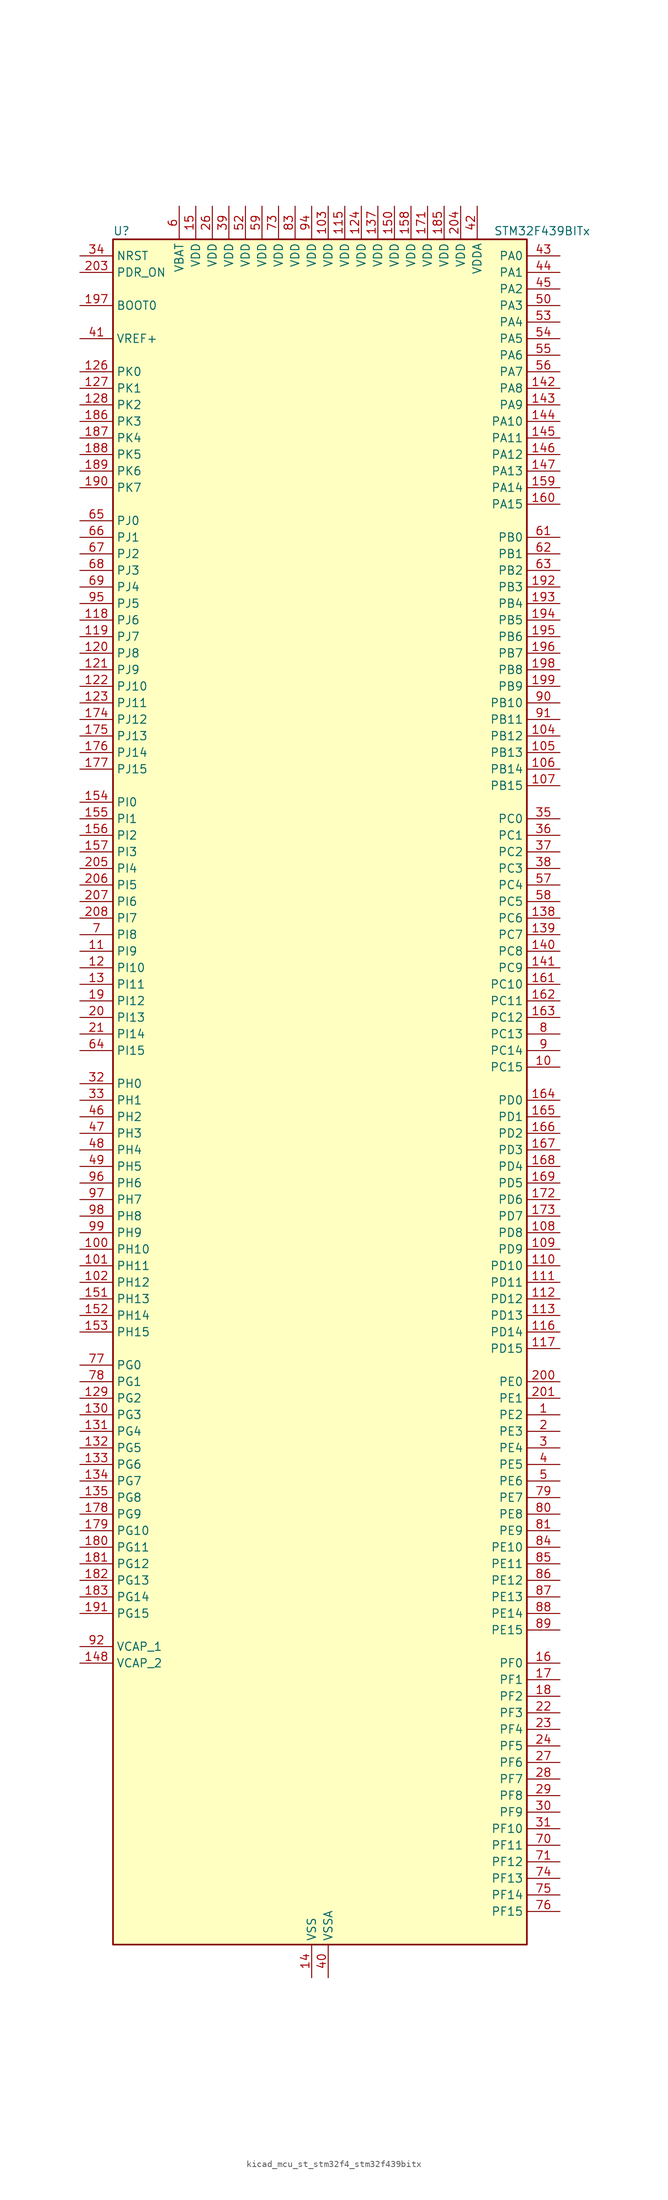
<source format=kicad_sym>
(kicad_symbol_lib
  (version 20220914)
  (generator kicad_symbol_editor)
  (symbol "kicad_mcu_st_stm32f4_stm32f439bitx"
    (property "Reference" "U"
      (at -30.48 133.35 0)
      (effects (font (size 1.27 1.27)) (justify left)))
    (property "Value" "STM32F439BITx"
      (at 27.94 133.35 0)
      (effects (font (size 1.27 1.27)) (justify left)))
    (property "ki_locked" ""
      (at 0 0 0)
      (effects (font (size 1.27 1.27))))
    (symbol "kicad_mcu_st_stm32f4_stm32f439bitx_0_1"
      (rectangle (start -30.48 -129.54) (end 33.02 132.08) (stroke (width 0.254) (type default)) (fill (type background))))
    (symbol "kicad_mcu_st_stm32f4_stm32f439bitx_1_1"
      (pin bidirectional line (at 38.1 -48.26 180) (length 5.08) (name "PE2" (effects (font (size 1.27 1.27)))) (number "1" (effects (font (size 1.27 1.27)))) (alternate "ETH_TXD3" bidirectional line) (alternate "FMC_A23" bidirectional line) (alternate "SAI1_MCLK_A" bidirectional line) (alternate "SPI4_SCK" bidirectional line) (alternate "SYS_TRACECLK" bidirectional line))
      (pin bidirectional line (at 38.1 5.08 180) (length 5.08) (name "PC15" (effects (font (size 1.27 1.27)))) (number "10" (effects (font (size 1.27 1.27)))) (alternate "ADC1_EXTI15" bidirectional line) (alternate "ADC2_EXTI15" bidirectional line) (alternate "ADC3_EXTI15" bidirectional line) (alternate "RCC_OSC32_OUT" bidirectional line))
      (pin bidirectional line (at -35.56 -22.86 0) (length 5.08) (name "PH10" (effects (font (size 1.27 1.27)))) (number "100" (effects (font (size 1.27 1.27)))) (alternate "DCMI_D1" bidirectional line) (alternate "FMC_D18" bidirectional line) (alternate "LTDC_R4" bidirectional line) (alternate "TIM5_CH1" bidirectional line))
      (pin bidirectional line (at -35.56 -25.4 0) (length 5.08) (name "PH11" (effects (font (size 1.27 1.27)))) (number "101" (effects (font (size 1.27 1.27)))) (alternate "ADC1_EXTI11" bidirectional line) (alternate "ADC2_EXTI11" bidirectional line) (alternate "ADC3_EXTI11" bidirectional line) (alternate "DCMI_D2" bidirectional line) (alternate "FMC_D19" bidirectional line) (alternate "LTDC_R5" bidirectional line) (alternate "TIM5_CH2" bidirectional line))
      (pin bidirectional line (at -35.56 -27.94 0) (length 5.08) (name "PH12" (effects (font (size 1.27 1.27)))) (number "102" (effects (font (size 1.27 1.27)))) (alternate "DCMI_D3" bidirectional line) (alternate "FMC_D20" bidirectional line) (alternate "LTDC_R6" bidirectional line) (alternate "TIM5_CH3" bidirectional line))
      (pin power_in line (at 2.54 137.16 270) (length 5.08) (name "VDD" (effects (font (size 1.27 1.27)))) (number "103" (effects (font (size 1.27 1.27)))))
      (pin bidirectional line (at 38.1 55.88 180) (length 5.08) (name "PB12" (effects (font (size 1.27 1.27)))) (number "104" (effects (font (size 1.27 1.27)))) (alternate "CAN2_RX" bidirectional line) (alternate "ETH_TXD0" bidirectional line) (alternate "I2C2_SMBA" bidirectional line) (alternate "I2S2_WS" bidirectional line) (alternate "SPI2_NSS" bidirectional line) (alternate "TIM1_BKIN" bidirectional line) (alternate "USART3_CK" bidirectional line) (alternate "USB_OTG_HS_ID" bidirectional line) (alternate "USB_OTG_HS_ULPI_D5" bidirectional line))
      (pin bidirectional line (at 38.1 53.34 180) (length 5.08) (name "PB13" (effects (font (size 1.27 1.27)))) (number "105" (effects (font (size 1.27 1.27)))) (alternate "CAN2_TX" bidirectional line) (alternate "ETH_TXD1" bidirectional line) (alternate "I2S2_CK" bidirectional line) (alternate "SPI2_SCK" bidirectional line) (alternate "TIM1_CH1N" bidirectional line) (alternate "USART3_CTS" bidirectional line) (alternate "USB_OTG_HS_ULPI_D6" bidirectional line) (alternate "USB_OTG_HS_VBUS" bidirectional line))
      (pin bidirectional line (at 38.1 50.8 180) (length 5.08) (name "PB14" (effects (font (size 1.27 1.27)))) (number "106" (effects (font (size 1.27 1.27)))) (alternate "I2S2_ext_SD" bidirectional line) (alternate "SPI2_MISO" bidirectional line) (alternate "TIM12_CH1" bidirectional line) (alternate "TIM1_CH2N" bidirectional line) (alternate "TIM8_CH2N" bidirectional line) (alternate "USART3_RTS" bidirectional line) (alternate "USB_OTG_HS_DM" bidirectional line))
      (pin bidirectional line (at 38.1 48.26 180) (length 5.08) (name "PB15" (effects (font (size 1.27 1.27)))) (number "107" (effects (font (size 1.27 1.27)))) (alternate "ADC1_EXTI15" bidirectional line) (alternate "ADC2_EXTI15" bidirectional line) (alternate "ADC3_EXTI15" bidirectional line) (alternate "I2S2_SD" bidirectional line) (alternate "RTC_REFIN" bidirectional line) (alternate "SPI2_MOSI" bidirectional line) (alternate "TIM12_CH2" bidirectional line) (alternate "TIM1_CH3N" bidirectional line) (alternate "TIM8_CH3N" bidirectional line) (alternate "USB_OTG_HS_DP" bidirectional line))
      (pin bidirectional line (at 38.1 -20.32 180) (length 5.08) (name "PD8" (effects (font (size 1.27 1.27)))) (number "108" (effects (font (size 1.27 1.27)))) (alternate "FMC_D13" bidirectional line) (alternate "FMC_DA13" bidirectional line) (alternate "USART3_TX" bidirectional line))
      (pin bidirectional line (at 38.1 -22.86 180) (length 5.08) (name "PD9" (effects (font (size 1.27 1.27)))) (number "109" (effects (font (size 1.27 1.27)))) (alternate "DAC_EXTI9" bidirectional line) (alternate "FMC_D14" bidirectional line) (alternate "FMC_DA14" bidirectional line) (alternate "USART3_RX" bidirectional line))
      (pin bidirectional line (at -35.56 22.86 0) (length 5.08) (name "PI9" (effects (font (size 1.27 1.27)))) (number "11" (effects (font (size 1.27 1.27)))) (alternate "CAN1_RX" bidirectional line) (alternate "DAC_EXTI9" bidirectional line) (alternate "FMC_D30" bidirectional line) (alternate "LTDC_VSYNC" bidirectional line))
      (pin bidirectional line (at 38.1 -25.4 180) (length 5.08) (name "PD10" (effects (font (size 1.27 1.27)))) (number "110" (effects (font (size 1.27 1.27)))) (alternate "FMC_D15" bidirectional line) (alternate "FMC_DA15" bidirectional line) (alternate "LTDC_B3" bidirectional line) (alternate "USART3_CK" bidirectional line))
      (pin bidirectional line (at 38.1 -27.94 180) (length 5.08) (name "PD11" (effects (font (size 1.27 1.27)))) (number "111" (effects (font (size 1.27 1.27)))) (alternate "ADC1_EXTI11" bidirectional line) (alternate "ADC2_EXTI11" bidirectional line) (alternate "ADC3_EXTI11" bidirectional line) (alternate "FMC_A16" bidirectional line) (alternate "FMC_CLE" bidirectional line) (alternate "USART3_CTS" bidirectional line))
      (pin bidirectional line (at 38.1 -30.48 180) (length 5.08) (name "PD12" (effects (font (size 1.27 1.27)))) (number "112" (effects (font (size 1.27 1.27)))) (alternate "FMC_A17" bidirectional line) (alternate "FMC_ALE" bidirectional line) (alternate "TIM4_CH1" bidirectional line) (alternate "USART3_RTS" bidirectional line))
      (pin bidirectional line (at 38.1 -33.02 180) (length 5.08) (name "PD13" (effects (font (size 1.27 1.27)))) (number "113" (effects (font (size 1.27 1.27)))) (alternate "FMC_A18" bidirectional line) (alternate "TIM4_CH2" bidirectional line))
      (pin passive line (at 0 -134.62 90) (length 5.08) hide (name "VSS" (effects (font (size 1.27 1.27)))) (number "114" (effects (font (size 1.27 1.27)))))
      (pin power_in line (at 5.08 137.16 270) (length 5.08) (name "VDD" (effects (font (size 1.27 1.27)))) (number "115" (effects (font (size 1.27 1.27)))))
      (pin bidirectional line (at 38.1 -35.56 180) (length 5.08) (name "PD14" (effects (font (size 1.27 1.27)))) (number "116" (effects (font (size 1.27 1.27)))) (alternate "FMC_D0" bidirectional line) (alternate "FMC_DA0" bidirectional line) (alternate "TIM4_CH3" bidirectional line))
      (pin bidirectional line (at 38.1 -38.1 180) (length 5.08) (name "PD15" (effects (font (size 1.27 1.27)))) (number "117" (effects (font (size 1.27 1.27)))) (alternate "ADC1_EXTI15" bidirectional line) (alternate "ADC2_EXTI15" bidirectional line) (alternate "ADC3_EXTI15" bidirectional line) (alternate "FMC_D1" bidirectional line) (alternate "FMC_DA1" bidirectional line) (alternate "TIM4_CH4" bidirectional line))
      (pin bidirectional line (at -35.56 73.66 0) (length 5.08) (name "PJ6" (effects (font (size 1.27 1.27)))) (number "118" (effects (font (size 1.27 1.27)))) (alternate "LTDC_R7" bidirectional line))
      (pin bidirectional line (at -35.56 71.12 0) (length 5.08) (name "PJ7" (effects (font (size 1.27 1.27)))) (number "119" (effects (font (size 1.27 1.27)))) (alternate "LTDC_G0" bidirectional line))
      (pin bidirectional line (at -35.56 20.32 0) (length 5.08) (name "PI10" (effects (font (size 1.27 1.27)))) (number "12" (effects (font (size 1.27 1.27)))) (alternate "ETH_RX_ER" bidirectional line) (alternate "FMC_D31" bidirectional line) (alternate "LTDC_HSYNC" bidirectional line))
      (pin bidirectional line (at -35.56 68.58 0) (length 5.08) (name "PJ8" (effects (font (size 1.27 1.27)))) (number "120" (effects (font (size 1.27 1.27)))) (alternate "LTDC_G1" bidirectional line))
      (pin bidirectional line (at -35.56 66.04 0) (length 5.08) (name "PJ9" (effects (font (size 1.27 1.27)))) (number "121" (effects (font (size 1.27 1.27)))) (alternate "DAC_EXTI9" bidirectional line) (alternate "LTDC_G2" bidirectional line))
      (pin bidirectional line (at -35.56 63.5 0) (length 5.08) (name "PJ10" (effects (font (size 1.27 1.27)))) (number "122" (effects (font (size 1.27 1.27)))) (alternate "LTDC_G3" bidirectional line))
      (pin bidirectional line (at -35.56 60.96 0) (length 5.08) (name "PJ11" (effects (font (size 1.27 1.27)))) (number "123" (effects (font (size 1.27 1.27)))) (alternate "ADC1_EXTI11" bidirectional line) (alternate "ADC2_EXTI11" bidirectional line) (alternate "ADC3_EXTI11" bidirectional line) (alternate "LTDC_G4" bidirectional line))
      (pin power_in line (at 7.62 137.16 270) (length 5.08) (name "VDD" (effects (font (size 1.27 1.27)))) (number "124" (effects (font (size 1.27 1.27)))))
      (pin passive line (at 0 -134.62 90) (length 5.08) hide (name "VSS" (effects (font (size 1.27 1.27)))) (number "125" (effects (font (size 1.27 1.27)))))
      (pin bidirectional line (at -35.56 111.76 0) (length 5.08) (name "PK0" (effects (font (size 1.27 1.27)))) (number "126" (effects (font (size 1.27 1.27)))) (alternate "LTDC_G5" bidirectional line))
      (pin bidirectional line (at -35.56 109.22 0) (length 5.08) (name "PK1" (effects (font (size 1.27 1.27)))) (number "127" (effects (font (size 1.27 1.27)))) (alternate "LTDC_G6" bidirectional line))
      (pin bidirectional line (at -35.56 106.68 0) (length 5.08) (name "PK2" (effects (font (size 1.27 1.27)))) (number "128" (effects (font (size 1.27 1.27)))) (alternate "LTDC_G7" bidirectional line))
      (pin bidirectional line (at -35.56 -45.72 0) (length 5.08) (name "PG2" (effects (font (size 1.27 1.27)))) (number "129" (effects (font (size 1.27 1.27)))) (alternate "FMC_A12" bidirectional line))
      (pin bidirectional line (at -35.56 17.78 0) (length 5.08) (name "PI11" (effects (font (size 1.27 1.27)))) (number "13" (effects (font (size 1.27 1.27)))) (alternate "ADC1_EXTI11" bidirectional line) (alternate "ADC2_EXTI11" bidirectional line) (alternate "ADC3_EXTI11" bidirectional line) (alternate "USB_OTG_HS_ULPI_DIR" bidirectional line))
      (pin bidirectional line (at -35.56 -48.26 0) (length 5.08) (name "PG3" (effects (font (size 1.27 1.27)))) (number "130" (effects (font (size 1.27 1.27)))) (alternate "FMC_A13" bidirectional line))
      (pin bidirectional line (at -35.56 -50.8 0) (length 5.08) (name "PG4" (effects (font (size 1.27 1.27)))) (number "131" (effects (font (size 1.27 1.27)))) (alternate "FMC_A14" bidirectional line) (alternate "FMC_BA0" bidirectional line))
      (pin bidirectional line (at -35.56 -53.34 0) (length 5.08) (name "PG5" (effects (font (size 1.27 1.27)))) (number "132" (effects (font (size 1.27 1.27)))) (alternate "FMC_A15" bidirectional line) (alternate "FMC_BA1" bidirectional line))
      (pin bidirectional line (at -35.56 -55.88 0) (length 5.08) (name "PG6" (effects (font (size 1.27 1.27)))) (number "133" (effects (font (size 1.27 1.27)))) (alternate "DCMI_D12" bidirectional line) (alternate "FMC_INT2" bidirectional line) (alternate "LTDC_R7" bidirectional line))
      (pin bidirectional line (at -35.56 -58.42 0) (length 5.08) (name "PG7" (effects (font (size 1.27 1.27)))) (number "134" (effects (font (size 1.27 1.27)))) (alternate "DCMI_D13" bidirectional line) (alternate "FMC_INT3" bidirectional line) (alternate "LTDC_CLK" bidirectional line) (alternate "USART6_CK" bidirectional line))
      (pin bidirectional line (at -35.56 -60.96 0) (length 5.08) (name "PG8" (effects (font (size 1.27 1.27)))) (number "135" (effects (font (size 1.27 1.27)))) (alternate "ETH_PPS_OUT" bidirectional line) (alternate "FMC_SDCLK" bidirectional line) (alternate "SPI6_NSS" bidirectional line) (alternate "USART6_RTS" bidirectional line))
      (pin passive line (at 0 -134.62 90) (length 5.08) hide (name "VSS" (effects (font (size 1.27 1.27)))) (number "136" (effects (font (size 1.27 1.27)))))
      (pin power_in line (at 10.16 137.16 270) (length 5.08) (name "VDD" (effects (font (size 1.27 1.27)))) (number "137" (effects (font (size 1.27 1.27)))))
      (pin bidirectional line (at 38.1 27.94 180) (length 5.08) (name "PC6" (effects (font (size 1.27 1.27)))) (number "138" (effects (font (size 1.27 1.27)))) (alternate "DCMI_D0" bidirectional line) (alternate "I2S2_MCK" bidirectional line) (alternate "LTDC_HSYNC" bidirectional line) (alternate "SDIO_D6" bidirectional line) (alternate "TIM3_CH1" bidirectional line) (alternate "TIM8_CH1" bidirectional line) (alternate "USART6_TX" bidirectional line))
      (pin bidirectional line (at 38.1 25.4 180) (length 5.08) (name "PC7" (effects (font (size 1.27 1.27)))) (number "139" (effects (font (size 1.27 1.27)))) (alternate "DCMI_D1" bidirectional line) (alternate "I2S3_MCK" bidirectional line) (alternate "LTDC_G6" bidirectional line) (alternate "SDIO_D7" bidirectional line) (alternate "TIM3_CH2" bidirectional line) (alternate "TIM8_CH2" bidirectional line) (alternate "USART6_RX" bidirectional line))
      (pin power_in line (at 0 -134.62 90) (length 5.08) (name "VSS" (effects (font (size 1.27 1.27)))) (number "14" (effects (font (size 1.27 1.27)))))
      (pin bidirectional line (at 38.1 22.86 180) (length 5.08) (name "PC8" (effects (font (size 1.27 1.27)))) (number "140" (effects (font (size 1.27 1.27)))) (alternate "DCMI_D2" bidirectional line) (alternate "SDIO_D0" bidirectional line) (alternate "TIM3_CH3" bidirectional line) (alternate "TIM8_CH3" bidirectional line) (alternate "USART6_CK" bidirectional line))
      (pin bidirectional line (at 38.1 20.32 180) (length 5.08) (name "PC9" (effects (font (size 1.27 1.27)))) (number "141" (effects (font (size 1.27 1.27)))) (alternate "DAC_EXTI9" bidirectional line) (alternate "DCMI_D3" bidirectional line) (alternate "I2C3_SDA" bidirectional line) (alternate "I2S_CKIN" bidirectional line) (alternate "RCC_MCO_2" bidirectional line) (alternate "SDIO_D1" bidirectional line) (alternate "TIM3_CH4" bidirectional line) (alternate "TIM8_CH4" bidirectional line))
      (pin bidirectional line (at 38.1 109.22 180) (length 5.08) (name "PA8" (effects (font (size 1.27 1.27)))) (number "142" (effects (font (size 1.27 1.27)))) (alternate "I2C3_SCL" bidirectional line) (alternate "LTDC_R6" bidirectional line) (alternate "RCC_MCO_1" bidirectional line) (alternate "TIM1_CH1" bidirectional line) (alternate "USART1_CK" bidirectional line) (alternate "USB_OTG_FS_SOF" bidirectional line))
      (pin bidirectional line (at 38.1 106.68 180) (length 5.08) (name "PA9" (effects (font (size 1.27 1.27)))) (number "143" (effects (font (size 1.27 1.27)))) (alternate "DAC_EXTI9" bidirectional line) (alternate "DCMI_D0" bidirectional line) (alternate "I2C3_SMBA" bidirectional line) (alternate "TIM1_CH2" bidirectional line) (alternate "USART1_TX" bidirectional line) (alternate "USB_OTG_FS_VBUS" bidirectional line))
      (pin bidirectional line (at 38.1 104.14 180) (length 5.08) (name "PA10" (effects (font (size 1.27 1.27)))) (number "144" (effects (font (size 1.27 1.27)))) (alternate "DCMI_D1" bidirectional line) (alternate "TIM1_CH3" bidirectional line) (alternate "USART1_RX" bidirectional line) (alternate "USB_OTG_FS_ID" bidirectional line))
      (pin bidirectional line (at 38.1 101.6 180) (length 5.08) (name "PA11" (effects (font (size 1.27 1.27)))) (number "145" (effects (font (size 1.27 1.27)))) (alternate "ADC1_EXTI11" bidirectional line) (alternate "ADC2_EXTI11" bidirectional line) (alternate "ADC3_EXTI11" bidirectional line) (alternate "CAN1_RX" bidirectional line) (alternate "LTDC_R4" bidirectional line) (alternate "TIM1_CH4" bidirectional line) (alternate "USART1_CTS" bidirectional line) (alternate "USB_OTG_FS_DM" bidirectional line))
      (pin bidirectional line (at 38.1 99.06 180) (length 5.08) (name "PA12" (effects (font (size 1.27 1.27)))) (number "146" (effects (font (size 1.27 1.27)))) (alternate "CAN1_TX" bidirectional line) (alternate "LTDC_R5" bidirectional line) (alternate "TIM1_ETR" bidirectional line) (alternate "USART1_RTS" bidirectional line) (alternate "USB_OTG_FS_DP" bidirectional line))
      (pin bidirectional line (at 38.1 96.52 180) (length 5.08) (name "PA13" (effects (font (size 1.27 1.27)))) (number "147" (effects (font (size 1.27 1.27)))) (alternate "SYS_JTMS-SWDIO" bidirectional line))
      (pin power_out line (at -35.56 -86.36 0) (length 5.08) (name "VCAP_2" (effects (font (size 1.27 1.27)))) (number "148" (effects (font (size 1.27 1.27)))))
      (pin passive line (at 0 -134.62 90) (length 5.08) hide (name "VSS" (effects (font (size 1.27 1.27)))) (number "149" (effects (font (size 1.27 1.27)))))
      (pin power_in line (at -17.78 137.16 270) (length 5.08) (name "VDD" (effects (font (size 1.27 1.27)))) (number "15" (effects (font (size 1.27 1.27)))))
      (pin power_in line (at 12.7 137.16 270) (length 5.08) (name "VDD" (effects (font (size 1.27 1.27)))) (number "150" (effects (font (size 1.27 1.27)))))
      (pin bidirectional line (at -35.56 -30.48 0) (length 5.08) (name "PH13" (effects (font (size 1.27 1.27)))) (number "151" (effects (font (size 1.27 1.27)))) (alternate "CAN1_TX" bidirectional line) (alternate "FMC_D21" bidirectional line) (alternate "LTDC_G2" bidirectional line) (alternate "TIM8_CH1N" bidirectional line))
      (pin bidirectional line (at -35.56 -33.02 0) (length 5.08) (name "PH14" (effects (font (size 1.27 1.27)))) (number "152" (effects (font (size 1.27 1.27)))) (alternate "DCMI_D4" bidirectional line) (alternate "FMC_D22" bidirectional line) (alternate "LTDC_G3" bidirectional line) (alternate "TIM8_CH2N" bidirectional line))
      (pin bidirectional line (at -35.56 -35.56 0) (length 5.08) (name "PH15" (effects (font (size 1.27 1.27)))) (number "153" (effects (font (size 1.27 1.27)))) (alternate "ADC1_EXTI15" bidirectional line) (alternate "ADC2_EXTI15" bidirectional line) (alternate "ADC3_EXTI15" bidirectional line) (alternate "DCMI_D11" bidirectional line) (alternate "FMC_D23" bidirectional line) (alternate "LTDC_G4" bidirectional line) (alternate "TIM8_CH3N" bidirectional line))
      (pin bidirectional line (at -35.56 45.72 0) (length 5.08) (name "PI0" (effects (font (size 1.27 1.27)))) (number "154" (effects (font (size 1.27 1.27)))) (alternate "DCMI_D13" bidirectional line) (alternate "FMC_D24" bidirectional line) (alternate "I2S2_WS" bidirectional line) (alternate "LTDC_G5" bidirectional line) (alternate "SPI2_NSS" bidirectional line) (alternate "TIM5_CH4" bidirectional line))
      (pin bidirectional line (at -35.56 43.18 0) (length 5.08) (name "PI1" (effects (font (size 1.27 1.27)))) (number "155" (effects (font (size 1.27 1.27)))) (alternate "DCMI_D8" bidirectional line) (alternate "FMC_D25" bidirectional line) (alternate "I2S2_CK" bidirectional line) (alternate "LTDC_G6" bidirectional line) (alternate "SPI2_SCK" bidirectional line))
      (pin bidirectional line (at -35.56 40.64 0) (length 5.08) (name "PI2" (effects (font (size 1.27 1.27)))) (number "156" (effects (font (size 1.27 1.27)))) (alternate "DCMI_D9" bidirectional line) (alternate "FMC_D26" bidirectional line) (alternate "I2S2_ext_SD" bidirectional line) (alternate "LTDC_G7" bidirectional line) (alternate "SPI2_MISO" bidirectional line) (alternate "TIM8_CH4" bidirectional line))
      (pin bidirectional line (at -35.56 38.1 0) (length 5.08) (name "PI3" (effects (font (size 1.27 1.27)))) (number "157" (effects (font (size 1.27 1.27)))) (alternate "DCMI_D10" bidirectional line) (alternate "FMC_D27" bidirectional line) (alternate "I2S2_SD" bidirectional line) (alternate "SPI2_MOSI" bidirectional line) (alternate "TIM8_ETR" bidirectional line))
      (pin power_in line (at 15.24 137.16 270) (length 5.08) (name "VDD" (effects (font (size 1.27 1.27)))) (number "158" (effects (font (size 1.27 1.27)))))
      (pin bidirectional line (at 38.1 93.98 180) (length 5.08) (name "PA14" (effects (font (size 1.27 1.27)))) (number "159" (effects (font (size 1.27 1.27)))) (alternate "SYS_JTCK-SWCLK" bidirectional line))
      (pin bidirectional line (at 38.1 -86.36 180) (length 5.08) (name "PF0" (effects (font (size 1.27 1.27)))) (number "16" (effects (font (size 1.27 1.27)))) (alternate "FMC_A0" bidirectional line) (alternate "I2C2_SDA" bidirectional line))
      (pin bidirectional line (at 38.1 91.44 180) (length 5.08) (name "PA15" (effects (font (size 1.27 1.27)))) (number "160" (effects (font (size 1.27 1.27)))) (alternate "ADC1_EXTI15" bidirectional line) (alternate "ADC2_EXTI15" bidirectional line) (alternate "ADC3_EXTI15" bidirectional line) (alternate "I2S3_WS" bidirectional line) (alternate "SPI1_NSS" bidirectional line) (alternate "SPI3_NSS" bidirectional line) (alternate "SYS_JTDI" bidirectional line) (alternate "TIM2_CH1" bidirectional line) (alternate "TIM2_ETR" bidirectional line))
      (pin bidirectional line (at 38.1 17.78 180) (length 5.08) (name "PC10" (effects (font (size 1.27 1.27)))) (number "161" (effects (font (size 1.27 1.27)))) (alternate "DCMI_D8" bidirectional line) (alternate "I2S3_CK" bidirectional line) (alternate "LTDC_R2" bidirectional line) (alternate "SDIO_D2" bidirectional line) (alternate "SPI3_SCK" bidirectional line) (alternate "UART4_TX" bidirectional line) (alternate "USART3_TX" bidirectional line))
      (pin bidirectional line (at 38.1 15.24 180) (length 5.08) (name "PC11" (effects (font (size 1.27 1.27)))) (number "162" (effects (font (size 1.27 1.27)))) (alternate "ADC1_EXTI11" bidirectional line) (alternate "ADC2_EXTI11" bidirectional line) (alternate "ADC3_EXTI11" bidirectional line) (alternate "DCMI_D4" bidirectional line) (alternate "I2S3_ext_SD" bidirectional line) (alternate "SDIO_D3" bidirectional line) (alternate "SPI3_MISO" bidirectional line) (alternate "UART4_RX" bidirectional line) (alternate "USART3_RX" bidirectional line))
      (pin bidirectional line (at 38.1 12.7 180) (length 5.08) (name "PC12" (effects (font (size 1.27 1.27)))) (number "163" (effects (font (size 1.27 1.27)))) (alternate "DCMI_D9" bidirectional line) (alternate "I2S3_SD" bidirectional line) (alternate "SDIO_CK" bidirectional line) (alternate "SPI3_MOSI" bidirectional line) (alternate "UART5_TX" bidirectional line) (alternate "USART3_CK" bidirectional line))
      (pin bidirectional line (at 38.1 0 180) (length 5.08) (name "PD0" (effects (font (size 1.27 1.27)))) (number "164" (effects (font (size 1.27 1.27)))) (alternate "CAN1_RX" bidirectional line) (alternate "FMC_D2" bidirectional line) (alternate "FMC_DA2" bidirectional line))
      (pin bidirectional line (at 38.1 -2.54 180) (length 5.08) (name "PD1" (effects (font (size 1.27 1.27)))) (number "165" (effects (font (size 1.27 1.27)))) (alternate "CAN1_TX" bidirectional line) (alternate "FMC_D3" bidirectional line) (alternate "FMC_DA3" bidirectional line))
      (pin bidirectional line (at 38.1 -5.08 180) (length 5.08) (name "PD2" (effects (font (size 1.27 1.27)))) (number "166" (effects (font (size 1.27 1.27)))) (alternate "DCMI_D11" bidirectional line) (alternate "SDIO_CMD" bidirectional line) (alternate "TIM3_ETR" bidirectional line) (alternate "UART5_RX" bidirectional line))
      (pin bidirectional line (at 38.1 -7.62 180) (length 5.08) (name "PD3" (effects (font (size 1.27 1.27)))) (number "167" (effects (font (size 1.27 1.27)))) (alternate "DCMI_D5" bidirectional line) (alternate "FMC_CLK" bidirectional line) (alternate "I2S2_CK" bidirectional line) (alternate "LTDC_G7" bidirectional line) (alternate "SPI2_SCK" bidirectional line) (alternate "USART2_CTS" bidirectional line))
      (pin bidirectional line (at 38.1 -10.16 180) (length 5.08) (name "PD4" (effects (font (size 1.27 1.27)))) (number "168" (effects (font (size 1.27 1.27)))) (alternate "FMC_NOE" bidirectional line) (alternate "USART2_RTS" bidirectional line))
      (pin bidirectional line (at 38.1 -12.7 180) (length 5.08) (name "PD5" (effects (font (size 1.27 1.27)))) (number "169" (effects (font (size 1.27 1.27)))) (alternate "FMC_NWE" bidirectional line) (alternate "USART2_TX" bidirectional line))
      (pin bidirectional line (at 38.1 -88.9 180) (length 5.08) (name "PF1" (effects (font (size 1.27 1.27)))) (number "17" (effects (font (size 1.27 1.27)))) (alternate "FMC_A1" bidirectional line) (alternate "I2C2_SCL" bidirectional line))
      (pin passive line (at 0 -134.62 90) (length 5.08) hide (name "VSS" (effects (font (size 1.27 1.27)))) (number "170" (effects (font (size 1.27 1.27)))))
      (pin power_in line (at 17.78 137.16 270) (length 5.08) (name "VDD" (effects (font (size 1.27 1.27)))) (number "171" (effects (font (size 1.27 1.27)))))
      (pin bidirectional line (at 38.1 -15.24 180) (length 5.08) (name "PD6" (effects (font (size 1.27 1.27)))) (number "172" (effects (font (size 1.27 1.27)))) (alternate "DCMI_D10" bidirectional line) (alternate "FMC_NWAIT" bidirectional line) (alternate "I2S3_SD" bidirectional line) (alternate "LTDC_B2" bidirectional line) (alternate "SAI1_SD_A" bidirectional line) (alternate "SPI3_MOSI" bidirectional line) (alternate "USART2_RX" bidirectional line))
      (pin bidirectional line (at 38.1 -17.78 180) (length 5.08) (name "PD7" (effects (font (size 1.27 1.27)))) (number "173" (effects (font (size 1.27 1.27)))) (alternate "FMC_NCE2" bidirectional line) (alternate "FMC_NE1" bidirectional line) (alternate "USART2_CK" bidirectional line))
      (pin bidirectional line (at -35.56 58.42 0) (length 5.08) (name "PJ12" (effects (font (size 1.27 1.27)))) (number "174" (effects (font (size 1.27 1.27)))) (alternate "LTDC_B0" bidirectional line))
      (pin bidirectional line (at -35.56 55.88 0) (length 5.08) (name "PJ13" (effects (font (size 1.27 1.27)))) (number "175" (effects (font (size 1.27 1.27)))) (alternate "LTDC_B1" bidirectional line))
      (pin bidirectional line (at -35.56 53.34 0) (length 5.08) (name "PJ14" (effects (font (size 1.27 1.27)))) (number "176" (effects (font (size 1.27 1.27)))) (alternate "LTDC_B2" bidirectional line))
      (pin bidirectional line (at -35.56 50.8 0) (length 5.08) (name "PJ15" (effects (font (size 1.27 1.27)))) (number "177" (effects (font (size 1.27 1.27)))) (alternate "ADC1_EXTI15" bidirectional line) (alternate "ADC2_EXTI15" bidirectional line) (alternate "ADC3_EXTI15" bidirectional line) (alternate "LTDC_B3" bidirectional line))
      (pin bidirectional line (at -35.56 -63.5 0) (length 5.08) (name "PG9" (effects (font (size 1.27 1.27)))) (number "178" (effects (font (size 1.27 1.27)))) (alternate "DAC_EXTI9" bidirectional line) (alternate "DCMI_VSYNC" bidirectional line) (alternate "FMC_NCE3" bidirectional line) (alternate "FMC_NE2" bidirectional line) (alternate "USART6_RX" bidirectional line))
      (pin bidirectional line (at -35.56 -66.04 0) (length 5.08) (name "PG10" (effects (font (size 1.27 1.27)))) (number "179" (effects (font (size 1.27 1.27)))) (alternate "DCMI_D2" bidirectional line) (alternate "FMC_NCE4_1" bidirectional line) (alternate "FMC_NE3" bidirectional line) (alternate "LTDC_B2" bidirectional line) (alternate "LTDC_G3" bidirectional line))
      (pin bidirectional line (at 38.1 -91.44 180) (length 5.08) (name "PF2" (effects (font (size 1.27 1.27)))) (number "18" (effects (font (size 1.27 1.27)))) (alternate "FMC_A2" bidirectional line) (alternate "I2C2_SMBA" bidirectional line))
      (pin bidirectional line (at -35.56 -68.58 0) (length 5.08) (name "PG11" (effects (font (size 1.27 1.27)))) (number "180" (effects (font (size 1.27 1.27)))) (alternate "ADC1_EXTI11" bidirectional line) (alternate "ADC2_EXTI11" bidirectional line) (alternate "ADC3_EXTI11" bidirectional line) (alternate "DCMI_D3" bidirectional line) (alternate "ETH_TX_EN" bidirectional line) (alternate "FMC_NCE4_2" bidirectional line) (alternate "LTDC_B3" bidirectional line))
      (pin bidirectional line (at -35.56 -71.12 0) (length 5.08) (name "PG12" (effects (font (size 1.27 1.27)))) (number "181" (effects (font (size 1.27 1.27)))) (alternate "FMC_NE4" bidirectional line) (alternate "LTDC_B1" bidirectional line) (alternate "LTDC_B4" bidirectional line) (alternate "SPI6_MISO" bidirectional line) (alternate "USART6_RTS" bidirectional line))
      (pin bidirectional line (at -35.56 -73.66 0) (length 5.08) (name "PG13" (effects (font (size 1.27 1.27)))) (number "182" (effects (font (size 1.27 1.27)))) (alternate "ETH_TXD0" bidirectional line) (alternate "FMC_A24" bidirectional line) (alternate "SPI6_SCK" bidirectional line) (alternate "USART6_CTS" bidirectional line))
      (pin bidirectional line (at -35.56 -76.2 0) (length 5.08) (name "PG14" (effects (font (size 1.27 1.27)))) (number "183" (effects (font (size 1.27 1.27)))) (alternate "ETH_TXD1" bidirectional line) (alternate "FMC_A25" bidirectional line) (alternate "SPI6_MOSI" bidirectional line) (alternate "USART6_TX" bidirectional line))
      (pin passive line (at 0 -134.62 90) (length 5.08) hide (name "VSS" (effects (font (size 1.27 1.27)))) (number "184" (effects (font (size 1.27 1.27)))))
      (pin power_in line (at 20.32 137.16 270) (length 5.08) (name "VDD" (effects (font (size 1.27 1.27)))) (number "185" (effects (font (size 1.27 1.27)))))
      (pin bidirectional line (at -35.56 104.14 0) (length 5.08) (name "PK3" (effects (font (size 1.27 1.27)))) (number "186" (effects (font (size 1.27 1.27)))) (alternate "LTDC_B4" bidirectional line))
      (pin bidirectional line (at -35.56 101.6 0) (length 5.08) (name "PK4" (effects (font (size 1.27 1.27)))) (number "187" (effects (font (size 1.27 1.27)))) (alternate "LTDC_B5" bidirectional line))
      (pin bidirectional line (at -35.56 99.06 0) (length 5.08) (name "PK5" (effects (font (size 1.27 1.27)))) (number "188" (effects (font (size 1.27 1.27)))) (alternate "LTDC_B6" bidirectional line))
      (pin bidirectional line (at -35.56 96.52 0) (length 5.08) (name "PK6" (effects (font (size 1.27 1.27)))) (number "189" (effects (font (size 1.27 1.27)))) (alternate "LTDC_B7" bidirectional line))
      (pin bidirectional line (at -35.56 15.24 0) (length 5.08) (name "PI12" (effects (font (size 1.27 1.27)))) (number "19" (effects (font (size 1.27 1.27)))) (alternate "LTDC_HSYNC" bidirectional line))
      (pin bidirectional line (at -35.56 93.98 0) (length 5.08) (name "PK7" (effects (font (size 1.27 1.27)))) (number "190" (effects (font (size 1.27 1.27)))) (alternate "LTDC_DE" bidirectional line))
      (pin bidirectional line (at -35.56 -78.74 0) (length 5.08) (name "PG15" (effects (font (size 1.27 1.27)))) (number "191" (effects (font (size 1.27 1.27)))) (alternate "ADC1_EXTI15" bidirectional line) (alternate "ADC2_EXTI15" bidirectional line) (alternate "ADC3_EXTI15" bidirectional line) (alternate "DCMI_D13" bidirectional line) (alternate "FMC_SDNCAS" bidirectional line) (alternate "USART6_CTS" bidirectional line))
      (pin bidirectional line (at 38.1 78.74 180) (length 5.08) (name "PB3" (effects (font (size 1.27 1.27)))) (number "192" (effects (font (size 1.27 1.27)))) (alternate "I2S3_CK" bidirectional line) (alternate "SPI1_SCK" bidirectional line) (alternate "SPI3_SCK" bidirectional line) (alternate "SYS_JTDO-SWO" bidirectional line) (alternate "TIM2_CH2" bidirectional line))
      (pin bidirectional line (at 38.1 76.2 180) (length 5.08) (name "PB4" (effects (font (size 1.27 1.27)))) (number "193" (effects (font (size 1.27 1.27)))) (alternate "I2S3_ext_SD" bidirectional line) (alternate "SPI1_MISO" bidirectional line) (alternate "SPI3_MISO" bidirectional line) (alternate "SYS_JTRST" bidirectional line) (alternate "TIM3_CH1" bidirectional line))
      (pin bidirectional line (at 38.1 73.66 180) (length 5.08) (name "PB5" (effects (font (size 1.27 1.27)))) (number "194" (effects (font (size 1.27 1.27)))) (alternate "CAN2_RX" bidirectional line) (alternate "DCMI_D10" bidirectional line) (alternate "ETH_PPS_OUT" bidirectional line) (alternate "FMC_SDCKE1" bidirectional line) (alternate "I2C1_SMBA" bidirectional line) (alternate "I2S3_SD" bidirectional line) (alternate "SPI1_MOSI" bidirectional line) (alternate "SPI3_MOSI" bidirectional line) (alternate "TIM3_CH2" bidirectional line) (alternate "USB_OTG_HS_ULPI_D7" bidirectional line))
      (pin bidirectional line (at 38.1 71.12 180) (length 5.08) (name "PB6" (effects (font (size 1.27 1.27)))) (number "195" (effects (font (size 1.27 1.27)))) (alternate "CAN2_TX" bidirectional line) (alternate "DCMI_D5" bidirectional line) (alternate "FMC_SDNE1" bidirectional line) (alternate "I2C1_SCL" bidirectional line) (alternate "TIM4_CH1" bidirectional line) (alternate "USART1_TX" bidirectional line))
      (pin bidirectional line (at 38.1 68.58 180) (length 5.08) (name "PB7" (effects (font (size 1.27 1.27)))) (number "196" (effects (font (size 1.27 1.27)))) (alternate "DCMI_VSYNC" bidirectional line) (alternate "FMC_NL" bidirectional line) (alternate "I2C1_SDA" bidirectional line) (alternate "TIM4_CH2" bidirectional line) (alternate "USART1_RX" bidirectional line))
      (pin input line (at -35.56 121.92 0) (length 5.08) (name "BOOT0" (effects (font (size 1.27 1.27)))) (number "197" (effects (font (size 1.27 1.27)))))
      (pin bidirectional line (at 38.1 66.04 180) (length 5.08) (name "PB8" (effects (font (size 1.27 1.27)))) (number "198" (effects (font (size 1.27 1.27)))) (alternate "CAN1_RX" bidirectional line) (alternate "DCMI_D6" bidirectional line) (alternate "ETH_TXD3" bidirectional line) (alternate "I2C1_SCL" bidirectional line) (alternate "LTDC_B6" bidirectional line) (alternate "SDIO_D4" bidirectional line) (alternate "TIM10_CH1" bidirectional line) (alternate "TIM4_CH3" bidirectional line))
      (pin bidirectional line (at 38.1 63.5 180) (length 5.08) (name "PB9" (effects (font (size 1.27 1.27)))) (number "199" (effects (font (size 1.27 1.27)))) (alternate "CAN1_TX" bidirectional line) (alternate "DAC_EXTI9" bidirectional line) (alternate "DCMI_D7" bidirectional line) (alternate "I2C1_SDA" bidirectional line) (alternate "I2S2_WS" bidirectional line) (alternate "LTDC_B7" bidirectional line) (alternate "SDIO_D5" bidirectional line) (alternate "SPI2_NSS" bidirectional line) (alternate "TIM11_CH1" bidirectional line) (alternate "TIM4_CH4" bidirectional line))
      (pin bidirectional line (at 38.1 -50.8 180) (length 5.08) (name "PE3" (effects (font (size 1.27 1.27)))) (number "2" (effects (font (size 1.27 1.27)))) (alternate "FMC_A19" bidirectional line) (alternate "SAI1_SD_B" bidirectional line) (alternate "SYS_TRACED0" bidirectional line))
      (pin bidirectional line (at -35.56 12.7 0) (length 5.08) (name "PI13" (effects (font (size 1.27 1.27)))) (number "20" (effects (font (size 1.27 1.27)))) (alternate "LTDC_VSYNC" bidirectional line))
      (pin bidirectional line (at 38.1 -43.18 180) (length 5.08) (name "PE0" (effects (font (size 1.27 1.27)))) (number "200" (effects (font (size 1.27 1.27)))) (alternate "DCMI_D2" bidirectional line) (alternate "FMC_NBL0" bidirectional line) (alternate "TIM4_ETR" bidirectional line) (alternate "UART8_RX" bidirectional line))
      (pin bidirectional line (at 38.1 -45.72 180) (length 5.08) (name "PE1" (effects (font (size 1.27 1.27)))) (number "201" (effects (font (size 1.27 1.27)))) (alternate "DCMI_D3" bidirectional line) (alternate "FMC_NBL1" bidirectional line) (alternate "UART8_TX" bidirectional line))
      (pin passive line (at 0 -134.62 90) (length 5.08) hide (name "VSS" (effects (font (size 1.27 1.27)))) (number "202" (effects (font (size 1.27 1.27)))))
      (pin input line (at -35.56 127 0) (length 5.08) (name "PDR_ON" (effects (font (size 1.27 1.27)))) (number "203" (effects (font (size 1.27 1.27)))))
      (pin power_in line (at 22.86 137.16 270) (length 5.08) (name "VDD" (effects (font (size 1.27 1.27)))) (number "204" (effects (font (size 1.27 1.27)))))
      (pin bidirectional line (at -35.56 35.56 0) (length 5.08) (name "PI4" (effects (font (size 1.27 1.27)))) (number "205" (effects (font (size 1.27 1.27)))) (alternate "DCMI_D5" bidirectional line) (alternate "FMC_NBL2" bidirectional line) (alternate "LTDC_B4" bidirectional line) (alternate "TIM8_BKIN" bidirectional line))
      (pin bidirectional line (at -35.56 33.02 0) (length 5.08) (name "PI5" (effects (font (size 1.27 1.27)))) (number "206" (effects (font (size 1.27 1.27)))) (alternate "DCMI_VSYNC" bidirectional line) (alternate "FMC_NBL3" bidirectional line) (alternate "LTDC_B5" bidirectional line) (alternate "TIM8_CH1" bidirectional line))
      (pin bidirectional line (at -35.56 30.48 0) (length 5.08) (name "PI6" (effects (font (size 1.27 1.27)))) (number "207" (effects (font (size 1.27 1.27)))) (alternate "DCMI_D6" bidirectional line) (alternate "FMC_D28" bidirectional line) (alternate "LTDC_B6" bidirectional line) (alternate "TIM8_CH2" bidirectional line))
      (pin bidirectional line (at -35.56 27.94 0) (length 5.08) (name "PI7" (effects (font (size 1.27 1.27)))) (number "208" (effects (font (size 1.27 1.27)))) (alternate "DCMI_D7" bidirectional line) (alternate "FMC_D29" bidirectional line) (alternate "LTDC_B7" bidirectional line) (alternate "TIM8_CH3" bidirectional line))
      (pin bidirectional line (at -35.56 10.16 0) (length 5.08) (name "PI14" (effects (font (size 1.27 1.27)))) (number "21" (effects (font (size 1.27 1.27)))) (alternate "LTDC_CLK" bidirectional line))
      (pin bidirectional line (at 38.1 -93.98 180) (length 5.08) (name "PF3" (effects (font (size 1.27 1.27)))) (number "22" (effects (font (size 1.27 1.27)))) (alternate "ADC3_IN9" bidirectional line) (alternate "FMC_A3" bidirectional line))
      (pin bidirectional line (at 38.1 -96.52 180) (length 5.08) (name "PF4" (effects (font (size 1.27 1.27)))) (number "23" (effects (font (size 1.27 1.27)))) (alternate "ADC3_IN14" bidirectional line) (alternate "FMC_A4" bidirectional line))
      (pin bidirectional line (at 38.1 -99.06 180) (length 5.08) (name "PF5" (effects (font (size 1.27 1.27)))) (number "24" (effects (font (size 1.27 1.27)))) (alternate "ADC3_IN15" bidirectional line) (alternate "FMC_A5" bidirectional line))
      (pin passive line (at 0 -134.62 90) (length 5.08) hide (name "VSS" (effects (font (size 1.27 1.27)))) (number "25" (effects (font (size 1.27 1.27)))))
      (pin power_in line (at -15.24 137.16 270) (length 5.08) (name "VDD" (effects (font (size 1.27 1.27)))) (number "26" (effects (font (size 1.27 1.27)))))
      (pin bidirectional line (at 38.1 -101.6 180) (length 5.08) (name "PF6" (effects (font (size 1.27 1.27)))) (number "27" (effects (font (size 1.27 1.27)))) (alternate "ADC3_IN4" bidirectional line) (alternate "FMC_NIORD" bidirectional line) (alternate "SAI1_SD_B" bidirectional line) (alternate "SPI5_NSS" bidirectional line) (alternate "TIM10_CH1" bidirectional line) (alternate "UART7_RX" bidirectional line))
      (pin bidirectional line (at 38.1 -104.14 180) (length 5.08) (name "PF7" (effects (font (size 1.27 1.27)))) (number "28" (effects (font (size 1.27 1.27)))) (alternate "ADC3_IN5" bidirectional line) (alternate "FMC_NREG" bidirectional line) (alternate "SAI1_MCLK_B" bidirectional line) (alternate "SPI5_SCK" bidirectional line) (alternate "TIM11_CH1" bidirectional line) (alternate "UART7_TX" bidirectional line))
      (pin bidirectional line (at 38.1 -106.68 180) (length 5.08) (name "PF8" (effects (font (size 1.27 1.27)))) (number "29" (effects (font (size 1.27 1.27)))) (alternate "ADC3_IN6" bidirectional line) (alternate "FMC_NIOWR" bidirectional line) (alternate "SAI1_SCK_B" bidirectional line) (alternate "SPI5_MISO" bidirectional line) (alternate "TIM13_CH1" bidirectional line))
      (pin bidirectional line (at 38.1 -53.34 180) (length 5.08) (name "PE4" (effects (font (size 1.27 1.27)))) (number "3" (effects (font (size 1.27 1.27)))) (alternate "DCMI_D4" bidirectional line) (alternate "FMC_A20" bidirectional line) (alternate "LTDC_B0" bidirectional line) (alternate "SAI1_FS_A" bidirectional line) (alternate "SPI4_NSS" bidirectional line) (alternate "SYS_TRACED1" bidirectional line))
      (pin bidirectional line (at 38.1 -109.22 180) (length 5.08) (name "PF9" (effects (font (size 1.27 1.27)))) (number "30" (effects (font (size 1.27 1.27)))) (alternate "ADC3_IN7" bidirectional line) (alternate "DAC_EXTI9" bidirectional line) (alternate "FMC_CD" bidirectional line) (alternate "SAI1_FS_B" bidirectional line) (alternate "SPI5_MOSI" bidirectional line) (alternate "TIM14_CH1" bidirectional line))
      (pin bidirectional line (at 38.1 -111.76 180) (length 5.08) (name "PF10" (effects (font (size 1.27 1.27)))) (number "31" (effects (font (size 1.27 1.27)))) (alternate "ADC3_IN8" bidirectional line) (alternate "DCMI_D11" bidirectional line) (alternate "FMC_INTR" bidirectional line) (alternate "LTDC_DE" bidirectional line))
      (pin bidirectional line (at -35.56 2.54 0) (length 5.08) (name "PH0" (effects (font (size 1.27 1.27)))) (number "32" (effects (font (size 1.27 1.27)))) (alternate "RCC_OSC_IN" bidirectional line))
      (pin bidirectional line (at -35.56 0 0) (length 5.08) (name "PH1" (effects (font (size 1.27 1.27)))) (number "33" (effects (font (size 1.27 1.27)))) (alternate "RCC_OSC_OUT" bidirectional line))
      (pin input line (at -35.56 129.54 0) (length 5.08) (name "NRST" (effects (font (size 1.27 1.27)))) (number "34" (effects (font (size 1.27 1.27)))))
      (pin bidirectional line (at 38.1 43.18 180) (length 5.08) (name "PC0" (effects (font (size 1.27 1.27)))) (number "35" (effects (font (size 1.27 1.27)))) (alternate "ADC1_IN10" bidirectional line) (alternate "ADC2_IN10" bidirectional line) (alternate "ADC3_IN10" bidirectional line) (alternate "FMC_SDNWE" bidirectional line) (alternate "USB_OTG_HS_ULPI_STP" bidirectional line))
      (pin bidirectional line (at 38.1 40.64 180) (length 5.08) (name "PC1" (effects (font (size 1.27 1.27)))) (number "36" (effects (font (size 1.27 1.27)))) (alternate "ADC1_IN11" bidirectional line) (alternate "ADC2_IN11" bidirectional line) (alternate "ADC3_IN11" bidirectional line) (alternate "ETH_MDC" bidirectional line))
      (pin bidirectional line (at 38.1 38.1 180) (length 5.08) (name "PC2" (effects (font (size 1.27 1.27)))) (number "37" (effects (font (size 1.27 1.27)))) (alternate "ADC1_IN12" bidirectional line) (alternate "ADC2_IN12" bidirectional line) (alternate "ADC3_IN12" bidirectional line) (alternate "ETH_TXD2" bidirectional line) (alternate "FMC_SDNE0" bidirectional line) (alternate "I2S2_ext_SD" bidirectional line) (alternate "SPI2_MISO" bidirectional line) (alternate "USB_OTG_HS_ULPI_DIR" bidirectional line))
      (pin bidirectional line (at 38.1 35.56 180) (length 5.08) (name "PC3" (effects (font (size 1.27 1.27)))) (number "38" (effects (font (size 1.27 1.27)))) (alternate "ADC1_IN13" bidirectional line) (alternate "ADC2_IN13" bidirectional line) (alternate "ADC3_IN13" bidirectional line) (alternate "ETH_TX_CLK" bidirectional line) (alternate "FMC_SDCKE0" bidirectional line) (alternate "I2S2_SD" bidirectional line) (alternate "SPI2_MOSI" bidirectional line) (alternate "USB_OTG_HS_ULPI_NXT" bidirectional line))
      (pin power_in line (at -12.7 137.16 270) (length 5.08) (name "VDD" (effects (font (size 1.27 1.27)))) (number "39" (effects (font (size 1.27 1.27)))))
      (pin bidirectional line (at 38.1 -55.88 180) (length 5.08) (name "PE5" (effects (font (size 1.27 1.27)))) (number "4" (effects (font (size 1.27 1.27)))) (alternate "DCMI_D6" bidirectional line) (alternate "FMC_A21" bidirectional line) (alternate "LTDC_G0" bidirectional line) (alternate "SAI1_SCK_A" bidirectional line) (alternate "SPI4_MISO" bidirectional line) (alternate "SYS_TRACED2" bidirectional line) (alternate "TIM9_CH1" bidirectional line))
      (pin power_in line (at 2.54 -134.62 90) (length 5.08) (name "VSSA" (effects (font (size 1.27 1.27)))) (number "40" (effects (font (size 1.27 1.27)))))
      (pin input line (at -35.56 116.84 0) (length 5.08) (name "VREF+" (effects (font (size 1.27 1.27)))) (number "41" (effects (font (size 1.27 1.27)))))
      (pin power_in line (at 25.4 137.16 270) (length 5.08) (name "VDDA" (effects (font (size 1.27 1.27)))) (number "42" (effects (font (size 1.27 1.27)))))
      (pin bidirectional line (at 38.1 129.54 180) (length 5.08) (name "PA0" (effects (font (size 1.27 1.27)))) (number "43" (effects (font (size 1.27 1.27)))) (alternate "ADC1_IN0" bidirectional line) (alternate "ADC2_IN0" bidirectional line) (alternate "ADC3_IN0" bidirectional line) (alternate "ETH_CRS" bidirectional line) (alternate "SYS_WKUP" bidirectional line) (alternate "TIM2_CH1" bidirectional line) (alternate "TIM2_ETR" bidirectional line) (alternate "TIM5_CH1" bidirectional line) (alternate "TIM8_ETR" bidirectional line) (alternate "UART4_TX" bidirectional line) (alternate "USART2_CTS" bidirectional line))
      (pin bidirectional line (at 38.1 127 180) (length 5.08) (name "PA1" (effects (font (size 1.27 1.27)))) (number "44" (effects (font (size 1.27 1.27)))) (alternate "ADC1_IN1" bidirectional line) (alternate "ADC2_IN1" bidirectional line) (alternate "ADC3_IN1" bidirectional line) (alternate "ETH_REF_CLK" bidirectional line) (alternate "ETH_RX_CLK" bidirectional line) (alternate "TIM2_CH2" bidirectional line) (alternate "TIM5_CH2" bidirectional line) (alternate "UART4_RX" bidirectional line) (alternate "USART2_RTS" bidirectional line))
      (pin bidirectional line (at 38.1 124.46 180) (length 5.08) (name "PA2" (effects (font (size 1.27 1.27)))) (number "45" (effects (font (size 1.27 1.27)))) (alternate "ADC1_IN2" bidirectional line) (alternate "ADC2_IN2" bidirectional line) (alternate "ADC3_IN2" bidirectional line) (alternate "ETH_MDIO" bidirectional line) (alternate "TIM2_CH3" bidirectional line) (alternate "TIM5_CH3" bidirectional line) (alternate "TIM9_CH1" bidirectional line) (alternate "USART2_TX" bidirectional line))
      (pin bidirectional line (at -35.56 -2.54 0) (length 5.08) (name "PH2" (effects (font (size 1.27 1.27)))) (number "46" (effects (font (size 1.27 1.27)))) (alternate "ETH_CRS" bidirectional line) (alternate "FMC_SDCKE0" bidirectional line) (alternate "LTDC_R0" bidirectional line))
      (pin bidirectional line (at -35.56 -5.08 0) (length 5.08) (name "PH3" (effects (font (size 1.27 1.27)))) (number "47" (effects (font (size 1.27 1.27)))) (alternate "ETH_COL" bidirectional line) (alternate "FMC_SDNE0" bidirectional line) (alternate "LTDC_R1" bidirectional line))
      (pin bidirectional line (at -35.56 -7.62 0) (length 5.08) (name "PH4" (effects (font (size 1.27 1.27)))) (number "48" (effects (font (size 1.27 1.27)))) (alternate "I2C2_SCL" bidirectional line) (alternate "USB_OTG_HS_ULPI_NXT" bidirectional line))
      (pin bidirectional line (at -35.56 -10.16 0) (length 5.08) (name "PH5" (effects (font (size 1.27 1.27)))) (number "49" (effects (font (size 1.27 1.27)))) (alternate "FMC_SDNWE" bidirectional line) (alternate "I2C2_SDA" bidirectional line) (alternate "SPI5_NSS" bidirectional line))
      (pin bidirectional line (at 38.1 -58.42 180) (length 5.08) (name "PE6" (effects (font (size 1.27 1.27)))) (number "5" (effects (font (size 1.27 1.27)))) (alternate "DCMI_D7" bidirectional line) (alternate "FMC_A22" bidirectional line) (alternate "LTDC_G1" bidirectional line) (alternate "SAI1_SD_A" bidirectional line) (alternate "SPI4_MOSI" bidirectional line) (alternate "SYS_TRACED3" bidirectional line) (alternate "TIM9_CH2" bidirectional line))
      (pin bidirectional line (at 38.1 121.92 180) (length 5.08) (name "PA3" (effects (font (size 1.27 1.27)))) (number "50" (effects (font (size 1.27 1.27)))) (alternate "ADC1_IN3" bidirectional line) (alternate "ADC2_IN3" bidirectional line) (alternate "ADC3_IN3" bidirectional line) (alternate "ETH_COL" bidirectional line) (alternate "LTDC_B5" bidirectional line) (alternate "TIM2_CH4" bidirectional line) (alternate "TIM5_CH4" bidirectional line) (alternate "TIM9_CH2" bidirectional line) (alternate "USART2_RX" bidirectional line) (alternate "USB_OTG_HS_ULPI_D0" bidirectional line))
      (pin passive line (at 0 -134.62 90) (length 5.08) hide (name "VSS" (effects (font (size 1.27 1.27)))) (number "51" (effects (font (size 1.27 1.27)))))
      (pin power_in line (at -10.16 137.16 270) (length 5.08) (name "VDD" (effects (font (size 1.27 1.27)))) (number "52" (effects (font (size 1.27 1.27)))))
      (pin bidirectional line (at 38.1 119.38 180) (length 5.08) (name "PA4" (effects (font (size 1.27 1.27)))) (number "53" (effects (font (size 1.27 1.27)))) (alternate "ADC1_IN4" bidirectional line) (alternate "ADC2_IN4" bidirectional line) (alternate "DAC_OUT1" bidirectional line) (alternate "DCMI_HSYNC" bidirectional line) (alternate "I2S3_WS" bidirectional line) (alternate "LTDC_VSYNC" bidirectional line) (alternate "SPI1_NSS" bidirectional line) (alternate "SPI3_NSS" bidirectional line) (alternate "USART2_CK" bidirectional line) (alternate "USB_OTG_HS_SOF" bidirectional line))
      (pin bidirectional line (at 38.1 116.84 180) (length 5.08) (name "PA5" (effects (font (size 1.27 1.27)))) (number "54" (effects (font (size 1.27 1.27)))) (alternate "ADC1_IN5" bidirectional line) (alternate "ADC2_IN5" bidirectional line) (alternate "DAC_OUT2" bidirectional line) (alternate "SPI1_SCK" bidirectional line) (alternate "TIM2_CH1" bidirectional line) (alternate "TIM2_ETR" bidirectional line) (alternate "TIM8_CH1N" bidirectional line) (alternate "USB_OTG_HS_ULPI_CK" bidirectional line))
      (pin bidirectional line (at 38.1 114.3 180) (length 5.08) (name "PA6" (effects (font (size 1.27 1.27)))) (number "55" (effects (font (size 1.27 1.27)))) (alternate "ADC1_IN6" bidirectional line) (alternate "ADC2_IN6" bidirectional line) (alternate "DCMI_PIXCLK" bidirectional line) (alternate "LTDC_G2" bidirectional line) (alternate "SPI1_MISO" bidirectional line) (alternate "TIM13_CH1" bidirectional line) (alternate "TIM1_BKIN" bidirectional line) (alternate "TIM3_CH1" bidirectional line) (alternate "TIM8_BKIN" bidirectional line))
      (pin bidirectional line (at 38.1 111.76 180) (length 5.08) (name "PA7" (effects (font (size 1.27 1.27)))) (number "56" (effects (font (size 1.27 1.27)))) (alternate "ADC1_IN7" bidirectional line) (alternate "ADC2_IN7" bidirectional line) (alternate "ETH_CRS_DV" bidirectional line) (alternate "ETH_RX_DV" bidirectional line) (alternate "SPI1_MOSI" bidirectional line) (alternate "TIM14_CH1" bidirectional line) (alternate "TIM1_CH1N" bidirectional line) (alternate "TIM3_CH2" bidirectional line) (alternate "TIM8_CH1N" bidirectional line))
      (pin bidirectional line (at 38.1 33.02 180) (length 5.08) (name "PC4" (effects (font (size 1.27 1.27)))) (number "57" (effects (font (size 1.27 1.27)))) (alternate "ADC1_IN14" bidirectional line) (alternate "ADC2_IN14" bidirectional line) (alternate "ETH_RXD0" bidirectional line))
      (pin bidirectional line (at 38.1 30.48 180) (length 5.08) (name "PC5" (effects (font (size 1.27 1.27)))) (number "58" (effects (font (size 1.27 1.27)))) (alternate "ADC1_IN15" bidirectional line) (alternate "ADC2_IN15" bidirectional line) (alternate "ETH_RXD1" bidirectional line))
      (pin power_in line (at -7.62 137.16 270) (length 5.08) (name "VDD" (effects (font (size 1.27 1.27)))) (number "59" (effects (font (size 1.27 1.27)))))
      (pin power_in line (at -20.32 137.16 270) (length 5.08) (name "VBAT" (effects (font (size 1.27 1.27)))) (number "6" (effects (font (size 1.27 1.27)))))
      (pin passive line (at 0 -134.62 90) (length 5.08) hide (name "VSS" (effects (font (size 1.27 1.27)))) (number "60" (effects (font (size 1.27 1.27)))))
      (pin bidirectional line (at 38.1 86.36 180) (length 5.08) (name "PB0" (effects (font (size 1.27 1.27)))) (number "61" (effects (font (size 1.27 1.27)))) (alternate "ADC1_IN8" bidirectional line) (alternate "ADC2_IN8" bidirectional line) (alternate "ETH_RXD2" bidirectional line) (alternate "LTDC_R3" bidirectional line) (alternate "TIM1_CH2N" bidirectional line) (alternate "TIM3_CH3" bidirectional line) (alternate "TIM8_CH2N" bidirectional line) (alternate "USB_OTG_HS_ULPI_D1" bidirectional line))
      (pin bidirectional line (at 38.1 83.82 180) (length 5.08) (name "PB1" (effects (font (size 1.27 1.27)))) (number "62" (effects (font (size 1.27 1.27)))) (alternate "ADC1_IN9" bidirectional line) (alternate "ADC2_IN9" bidirectional line) (alternate "ETH_RXD3" bidirectional line) (alternate "LTDC_R6" bidirectional line) (alternate "TIM1_CH3N" bidirectional line) (alternate "TIM3_CH4" bidirectional line) (alternate "TIM8_CH3N" bidirectional line) (alternate "USB_OTG_HS_ULPI_D2" bidirectional line))
      (pin bidirectional line (at 38.1 81.28 180) (length 5.08) (name "PB2" (effects (font (size 1.27 1.27)))) (number "63" (effects (font (size 1.27 1.27)))))
      (pin bidirectional line (at -35.56 7.62 0) (length 5.08) (name "PI15" (effects (font (size 1.27 1.27)))) (number "64" (effects (font (size 1.27 1.27)))) (alternate "ADC1_EXTI15" bidirectional line) (alternate "ADC2_EXTI15" bidirectional line) (alternate "ADC3_EXTI15" bidirectional line) (alternate "LTDC_R0" bidirectional line))
      (pin bidirectional line (at -35.56 88.9 0) (length 5.08) (name "PJ0" (effects (font (size 1.27 1.27)))) (number "65" (effects (font (size 1.27 1.27)))) (alternate "LTDC_R1" bidirectional line))
      (pin bidirectional line (at -35.56 86.36 0) (length 5.08) (name "PJ1" (effects (font (size 1.27 1.27)))) (number "66" (effects (font (size 1.27 1.27)))) (alternate "LTDC_R2" bidirectional line))
      (pin bidirectional line (at -35.56 83.82 0) (length 5.08) (name "PJ2" (effects (font (size 1.27 1.27)))) (number "67" (effects (font (size 1.27 1.27)))) (alternate "LTDC_R3" bidirectional line))
      (pin bidirectional line (at -35.56 81.28 0) (length 5.08) (name "PJ3" (effects (font (size 1.27 1.27)))) (number "68" (effects (font (size 1.27 1.27)))) (alternate "LTDC_R4" bidirectional line))
      (pin bidirectional line (at -35.56 78.74 0) (length 5.08) (name "PJ4" (effects (font (size 1.27 1.27)))) (number "69" (effects (font (size 1.27 1.27)))) (alternate "LTDC_R5" bidirectional line))
      (pin bidirectional line (at -35.56 25.4 0) (length 5.08) (name "PI8" (effects (font (size 1.27 1.27)))) (number "7" (effects (font (size 1.27 1.27)))) (alternate "RTC_AF2" bidirectional line))
      (pin bidirectional line (at 38.1 -114.3 180) (length 5.08) (name "PF11" (effects (font (size 1.27 1.27)))) (number "70" (effects (font (size 1.27 1.27)))) (alternate "ADC1_EXTI11" bidirectional line) (alternate "ADC2_EXTI11" bidirectional line) (alternate "ADC3_EXTI11" bidirectional line) (alternate "DCMI_D12" bidirectional line) (alternate "FMC_SDNRAS" bidirectional line) (alternate "SPI5_MOSI" bidirectional line))
      (pin bidirectional line (at 38.1 -116.84 180) (length 5.08) (name "PF12" (effects (font (size 1.27 1.27)))) (number "71" (effects (font (size 1.27 1.27)))) (alternate "FMC_A6" bidirectional line))
      (pin passive line (at 0 -134.62 90) (length 5.08) hide (name "VSS" (effects (font (size 1.27 1.27)))) (number "72" (effects (font (size 1.27 1.27)))))
      (pin power_in line (at -5.08 137.16 270) (length 5.08) (name "VDD" (effects (font (size 1.27 1.27)))) (number "73" (effects (font (size 1.27 1.27)))))
      (pin bidirectional line (at 38.1 -119.38 180) (length 5.08) (name "PF13" (effects (font (size 1.27 1.27)))) (number "74" (effects (font (size 1.27 1.27)))) (alternate "FMC_A7" bidirectional line))
      (pin bidirectional line (at 38.1 -121.92 180) (length 5.08) (name "PF14" (effects (font (size 1.27 1.27)))) (number "75" (effects (font (size 1.27 1.27)))) (alternate "FMC_A8" bidirectional line))
      (pin bidirectional line (at 38.1 -124.46 180) (length 5.08) (name "PF15" (effects (font (size 1.27 1.27)))) (number "76" (effects (font (size 1.27 1.27)))) (alternate "ADC1_EXTI15" bidirectional line) (alternate "ADC2_EXTI15" bidirectional line) (alternate "ADC3_EXTI15" bidirectional line) (alternate "FMC_A9" bidirectional line))
      (pin bidirectional line (at -35.56 -40.64 0) (length 5.08) (name "PG0" (effects (font (size 1.27 1.27)))) (number "77" (effects (font (size 1.27 1.27)))) (alternate "FMC_A10" bidirectional line))
      (pin bidirectional line (at -35.56 -43.18 0) (length 5.08) (name "PG1" (effects (font (size 1.27 1.27)))) (number "78" (effects (font (size 1.27 1.27)))) (alternate "FMC_A11" bidirectional line))
      (pin bidirectional line (at 38.1 -60.96 180) (length 5.08) (name "PE7" (effects (font (size 1.27 1.27)))) (number "79" (effects (font (size 1.27 1.27)))) (alternate "FMC_D4" bidirectional line) (alternate "FMC_DA4" bidirectional line) (alternate "TIM1_ETR" bidirectional line) (alternate "UART7_RX" bidirectional line))
      (pin bidirectional line (at 38.1 10.16 180) (length 5.08) (name "PC13" (effects (font (size 1.27 1.27)))) (number "8" (effects (font (size 1.27 1.27)))) (alternate "RTC_AF1" bidirectional line))
      (pin bidirectional line (at 38.1 -63.5 180) (length 5.08) (name "PE8" (effects (font (size 1.27 1.27)))) (number "80" (effects (font (size 1.27 1.27)))) (alternate "FMC_D5" bidirectional line) (alternate "FMC_DA5" bidirectional line) (alternate "TIM1_CH1N" bidirectional line) (alternate "UART7_TX" bidirectional line))
      (pin bidirectional line (at 38.1 -66.04 180) (length 5.08) (name "PE9" (effects (font (size 1.27 1.27)))) (number "81" (effects (font (size 1.27 1.27)))) (alternate "DAC_EXTI9" bidirectional line) (alternate "FMC_D6" bidirectional line) (alternate "FMC_DA6" bidirectional line) (alternate "TIM1_CH1" bidirectional line))
      (pin passive line (at 0 -134.62 90) (length 5.08) hide (name "VSS" (effects (font (size 1.27 1.27)))) (number "82" (effects (font (size 1.27 1.27)))))
      (pin power_in line (at -2.54 137.16 270) (length 5.08) (name "VDD" (effects (font (size 1.27 1.27)))) (number "83" (effects (font (size 1.27 1.27)))))
      (pin bidirectional line (at 38.1 -68.58 180) (length 5.08) (name "PE10" (effects (font (size 1.27 1.27)))) (number "84" (effects (font (size 1.27 1.27)))) (alternate "FMC_D7" bidirectional line) (alternate "FMC_DA7" bidirectional line) (alternate "TIM1_CH2N" bidirectional line))
      (pin bidirectional line (at 38.1 -71.12 180) (length 5.08) (name "PE11" (effects (font (size 1.27 1.27)))) (number "85" (effects (font (size 1.27 1.27)))) (alternate "ADC1_EXTI11" bidirectional line) (alternate "ADC2_EXTI11" bidirectional line) (alternate "ADC3_EXTI11" bidirectional line) (alternate "FMC_D8" bidirectional line) (alternate "FMC_DA8" bidirectional line) (alternate "LTDC_G3" bidirectional line) (alternate "SPI4_NSS" bidirectional line) (alternate "TIM1_CH2" bidirectional line))
      (pin bidirectional line (at 38.1 -73.66 180) (length 5.08) (name "PE12" (effects (font (size 1.27 1.27)))) (number "86" (effects (font (size 1.27 1.27)))) (alternate "FMC_D9" bidirectional line) (alternate "FMC_DA9" bidirectional line) (alternate "LTDC_B4" bidirectional line) (alternate "SPI4_SCK" bidirectional line) (alternate "TIM1_CH3N" bidirectional line))
      (pin bidirectional line (at 38.1 -76.2 180) (length 5.08) (name "PE13" (effects (font (size 1.27 1.27)))) (number "87" (effects (font (size 1.27 1.27)))) (alternate "FMC_D10" bidirectional line) (alternate "FMC_DA10" bidirectional line) (alternate "LTDC_DE" bidirectional line) (alternate "SPI4_MISO" bidirectional line) (alternate "TIM1_CH3" bidirectional line))
      (pin bidirectional line (at 38.1 -78.74 180) (length 5.08) (name "PE14" (effects (font (size 1.27 1.27)))) (number "88" (effects (font (size 1.27 1.27)))) (alternate "FMC_D11" bidirectional line) (alternate "FMC_DA11" bidirectional line) (alternate "LTDC_CLK" bidirectional line) (alternate "SPI4_MOSI" bidirectional line) (alternate "TIM1_CH4" bidirectional line))
      (pin bidirectional line (at 38.1 -81.28 180) (length 5.08) (name "PE15" (effects (font (size 1.27 1.27)))) (number "89" (effects (font (size 1.27 1.27)))) (alternate "ADC1_EXTI15" bidirectional line) (alternate "ADC2_EXTI15" bidirectional line) (alternate "ADC3_EXTI15" bidirectional line) (alternate "FMC_D12" bidirectional line) (alternate "FMC_DA12" bidirectional line) (alternate "LTDC_R7" bidirectional line) (alternate "TIM1_BKIN" bidirectional line))
      (pin bidirectional line (at 38.1 7.62 180) (length 5.08) (name "PC14" (effects (font (size 1.27 1.27)))) (number "9" (effects (font (size 1.27 1.27)))) (alternate "RCC_OSC32_IN" bidirectional line))
      (pin bidirectional line (at 38.1 60.96 180) (length 5.08) (name "PB10" (effects (font (size 1.27 1.27)))) (number "90" (effects (font (size 1.27 1.27)))) (alternate "ETH_RX_ER" bidirectional line) (alternate "I2C2_SCL" bidirectional line) (alternate "I2S2_CK" bidirectional line) (alternate "LTDC_G4" bidirectional line) (alternate "SPI2_SCK" bidirectional line) (alternate "TIM2_CH3" bidirectional line) (alternate "USART3_TX" bidirectional line) (alternate "USB_OTG_HS_ULPI_D3" bidirectional line))
      (pin bidirectional line (at 38.1 58.42 180) (length 5.08) (name "PB11" (effects (font (size 1.27 1.27)))) (number "91" (effects (font (size 1.27 1.27)))) (alternate "ADC1_EXTI11" bidirectional line) (alternate "ADC2_EXTI11" bidirectional line) (alternate "ADC3_EXTI11" bidirectional line) (alternate "ETH_TX_EN" bidirectional line) (alternate "I2C2_SDA" bidirectional line) (alternate "LTDC_G5" bidirectional line) (alternate "TIM2_CH4" bidirectional line) (alternate "USART3_RX" bidirectional line) (alternate "USB_OTG_HS_ULPI_D4" bidirectional line))
      (pin power_out line (at -35.56 -83.82 0) (length 5.08) (name "VCAP_1" (effects (font (size 1.27 1.27)))) (number "92" (effects (font (size 1.27 1.27)))))
      (pin passive line (at 0 -134.62 90) (length 5.08) hide (name "VSS" (effects (font (size 1.27 1.27)))) (number "93" (effects (font (size 1.27 1.27)))))
      (pin power_in line (at 0 137.16 270) (length 5.08) (name "VDD" (effects (font (size 1.27 1.27)))) (number "94" (effects (font (size 1.27 1.27)))))
      (pin bidirectional line (at -35.56 76.2 0) (length 5.08) (name "PJ5" (effects (font (size 1.27 1.27)))) (number "95" (effects (font (size 1.27 1.27)))) (alternate "LTDC_R6" bidirectional line))
      (pin bidirectional line (at -35.56 -12.7 0) (length 5.08) (name "PH6" (effects (font (size 1.27 1.27)))) (number "96" (effects (font (size 1.27 1.27)))) (alternate "DCMI_D8" bidirectional line) (alternate "ETH_RXD2" bidirectional line) (alternate "FMC_SDNE1" bidirectional line) (alternate "I2C2_SMBA" bidirectional line) (alternate "SPI5_SCK" bidirectional line) (alternate "TIM12_CH1" bidirectional line))
      (pin bidirectional line (at -35.56 -15.24 0) (length 5.08) (name "PH7" (effects (font (size 1.27 1.27)))) (number "97" (effects (font (size 1.27 1.27)))) (alternate "DCMI_D9" bidirectional line) (alternate "ETH_RXD3" bidirectional line) (alternate "FMC_SDCKE1" bidirectional line) (alternate "I2C3_SCL" bidirectional line) (alternate "SPI5_MISO" bidirectional line))
      (pin bidirectional line (at -35.56 -17.78 0) (length 5.08) (name "PH8" (effects (font (size 1.27 1.27)))) (number "98" (effects (font (size 1.27 1.27)))) (alternate "DCMI_HSYNC" bidirectional line) (alternate "FMC_D16" bidirectional line) (alternate "I2C3_SDA" bidirectional line) (alternate "LTDC_R2" bidirectional line))
      (pin bidirectional line (at -35.56 -20.32 0) (length 5.08) (name "PH9" (effects (font (size 1.27 1.27)))) (number "99" (effects (font (size 1.27 1.27)))) (alternate "DAC_EXTI9" bidirectional line) (alternate "DCMI_D0" bidirectional line) (alternate "FMC_D17" bidirectional line) (alternate "I2C3_SMBA" bidirectional line) (alternate "LTDC_R3" bidirectional line) (alternate "TIM12_CH2" bidirectional line)))))
</source>
